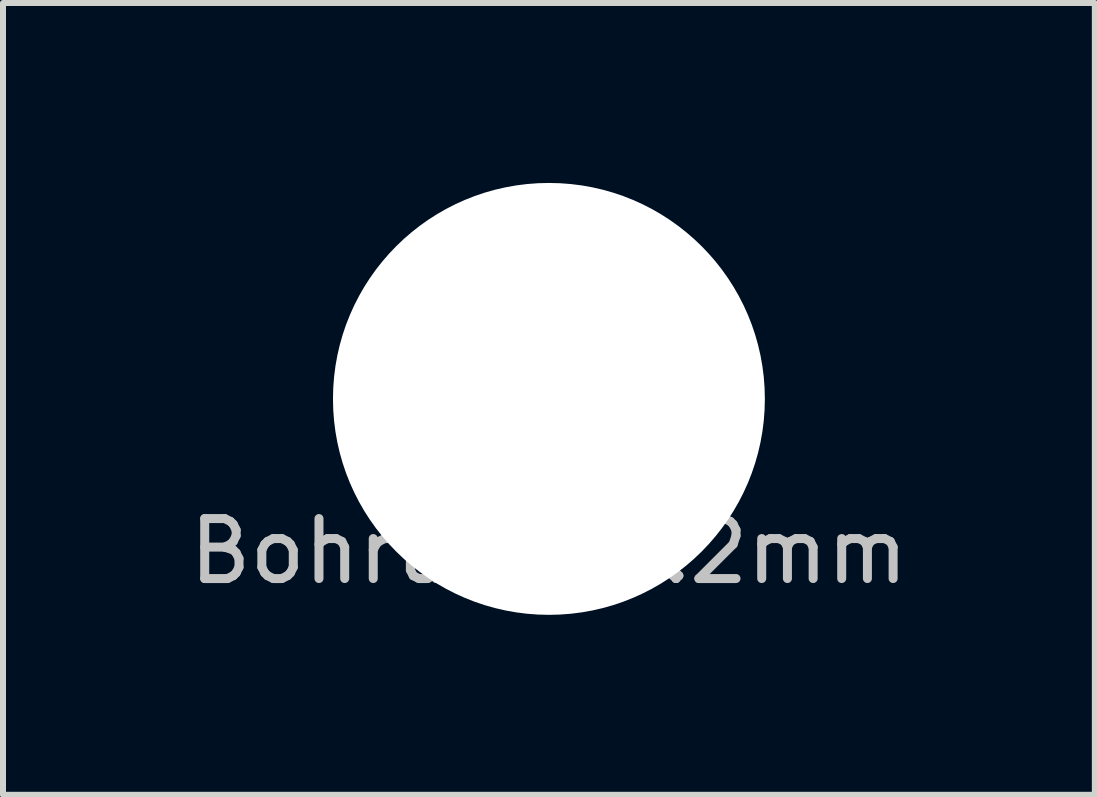
<source format=kicad_pcb>
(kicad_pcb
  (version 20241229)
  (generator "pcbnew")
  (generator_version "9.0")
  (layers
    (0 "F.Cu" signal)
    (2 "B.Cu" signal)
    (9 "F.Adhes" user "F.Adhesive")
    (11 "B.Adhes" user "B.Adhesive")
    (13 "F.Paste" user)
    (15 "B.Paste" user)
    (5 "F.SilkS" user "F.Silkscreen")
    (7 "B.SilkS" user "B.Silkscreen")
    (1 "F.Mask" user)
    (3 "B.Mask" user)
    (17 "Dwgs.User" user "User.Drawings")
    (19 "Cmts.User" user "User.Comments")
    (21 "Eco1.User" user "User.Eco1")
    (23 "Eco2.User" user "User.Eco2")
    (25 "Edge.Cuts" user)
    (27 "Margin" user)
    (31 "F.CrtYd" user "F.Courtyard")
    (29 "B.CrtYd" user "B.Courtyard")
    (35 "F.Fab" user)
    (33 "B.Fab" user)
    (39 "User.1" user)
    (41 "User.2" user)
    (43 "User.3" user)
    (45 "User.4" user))
  (footprint "Bohrung_7.2mm"
    (layer "F.Cu")
    (at 6.101 3.6)
    (property "Reference" "Bohrung_7.2mm" (at 0 2.54 0) (layer "Dwgs.User") (effects (font (size 1 1) (thickness 0.15))))
    (attr through_hole)
    (pad "" np_thru_hole circle (at 0 0) (size 7.2 7.2) (drill 7.2) (layers "*.Cu" "*.Mask")))
  (gr_rect
    (start -3 -3)
    (end 15.202 10.2)
    (stroke (width 0.1) (type default))
    (fill no)
    (layer "Edge.Cuts")))
</source>
